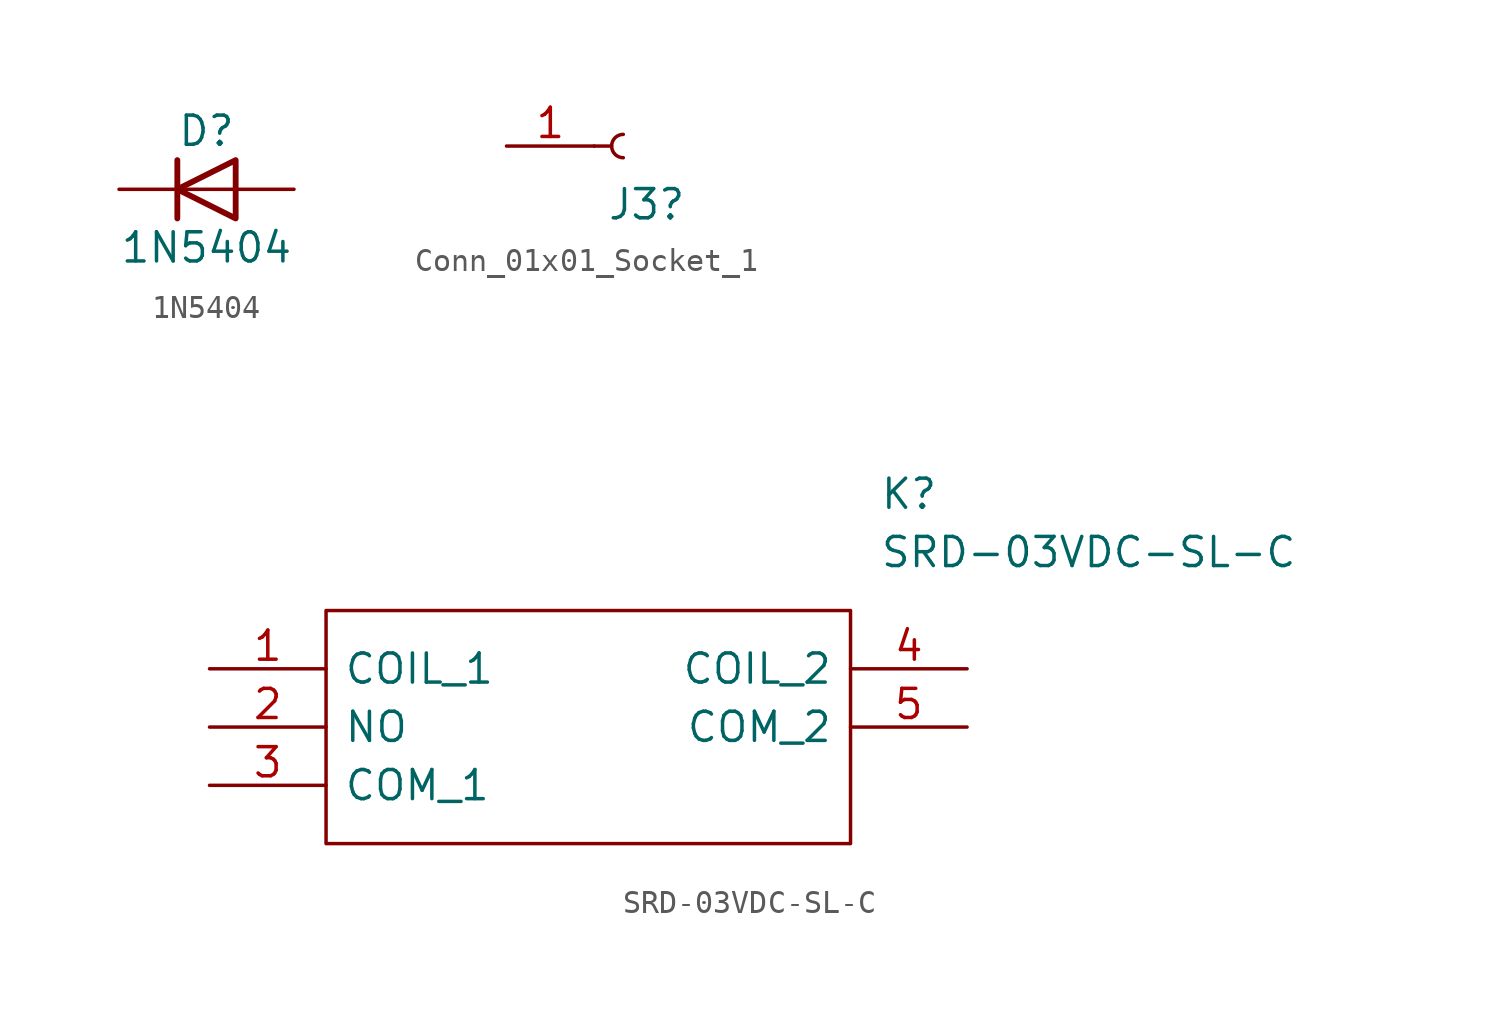
<source format=kicad_sym>
(kicad_symbol_lib
  (version 20241209)
  (generator "kicad_symbol_editor")
  (generator_version "9.0")
  (symbol "1N5404"
    (pin_numbers
      (hide yes))
    (pin_names
      (hide yes))
    (property "Reference" "D"
      (at 0 2.54 0)
      (effects (font (size 1.27 1.27))))
    (property "Value" "1N5404"
      (at 0 -2.54 0)
      (effects (font (size 1.27 1.27))))
    (symbol "1N5404_0_1"
      (polyline (pts (xy -1.27 1.27) (xy -1.27 -1.27)) (stroke (width 0.254) (type default)) (fill (type none)))
      (polyline (pts (xy 1.27 1.27) (xy 1.27 -1.27) (xy -1.27 0) (xy 1.27 1.27)) (stroke (width 0.254) (type default)) (fill (type none)))
      (polyline (pts (xy 1.27 0) (xy -1.27 0)) (stroke (width 0) (type default)) (fill (type none))))
    (symbol "1N5404_1_1"
      (pin passive line (at -3.81 0 0) (length 2.54) (name "K" (effects (font (size 1.27 1.27)))) (number "1" (effects (font (size 1.27 1.27)))))
      (pin passive line (at 3.81 0 180) (length 2.54) (name "A" (effects (font (size 1.27 1.27)))) (number "2" (effects (font (size 1.27 1.27)))))))
  (symbol "Conn_01x01_Socket_1"
    (pin_names
      (offset 1.016)
      (hide yes))
    (property "Reference" "J3"
      (at 1.016 -2.54 0)
      (effects (font (size 1.27 1.27))))
    (property "ki_locked" ""
      (at 0 0 0)
      (effects (font (size 1.27 1.27))))
    (symbol "Conn_01x01_Socket_1_1_1"
      (polyline (pts (xy -1.27 0) (xy -0.508 0)) (stroke (width 0.152) (type default)) (fill (type none)))
      (arc (start 0 -0.508) (mid -0.5058 0) (end 0 0.508) (stroke (width 0.1524) (type default)) (fill (type none)))
      (pin bidirectional line (at -5.08 0 0) (length 3.81) (name "Pin_1" (effects (font (size 1.27 1.27)))) (number "1" (effects (font (size 1.27 1.27)))))))
  (symbol "SRD-03VDC-SL-C"
    (pin_names
      (offset 0.762))
    (property "Reference" "K"
      (at 29.21 7.62 0)
      (effects (font (size 1.27 1.27)) (justify left)))
    (property "Value" "SRD-03VDC-SL-C"
      (at 29.21 5.08 0)
      (effects (font (size 1.27 1.27)) (justify left)))
    (symbol "SRD-03VDC-SL-C_0_0"
      (pin passive line (at 0 0 0) (length 5.08) (name "COIL_1" (effects (font (size 1.27 1.27)))) (number "1" (effects (font (size 1.27 1.27)))))
      (pin passive line (at 0 -2.54 0) (length 5.08) (name "NO" (effects (font (size 1.27 1.27)))) (number "2" (effects (font (size 1.27 1.27)))))
      (pin passive line (at 0 -5.08 0) (length 5.08) (name "COM_1" (effects (font (size 1.27 1.27)))) (number "3" (effects (font (size 1.27 1.27)))))
      (pin passive line (at 33.02 0 180) (length 5.08) (name "COIL_2" (effects (font (size 1.27 1.27)))) (number "4" (effects (font (size 1.27 1.27)))))
      (pin passive line (at 33.02 -2.54 180) (length 5.08) (name "COM_2" (effects (font (size 1.27 1.27)))) (number "5" (effects (font (size 1.27 1.27))))))
    (symbol "SRD-03VDC-SL-C_0_1"
      (polyline (pts (xy 5.08 2.54) (xy 27.94 2.54) (xy 27.94 -7.62) (xy 5.08 -7.62) (xy 5.08 2.54)) (stroke (width 0.152) (type solid)) (fill (type none))))))
</source>
